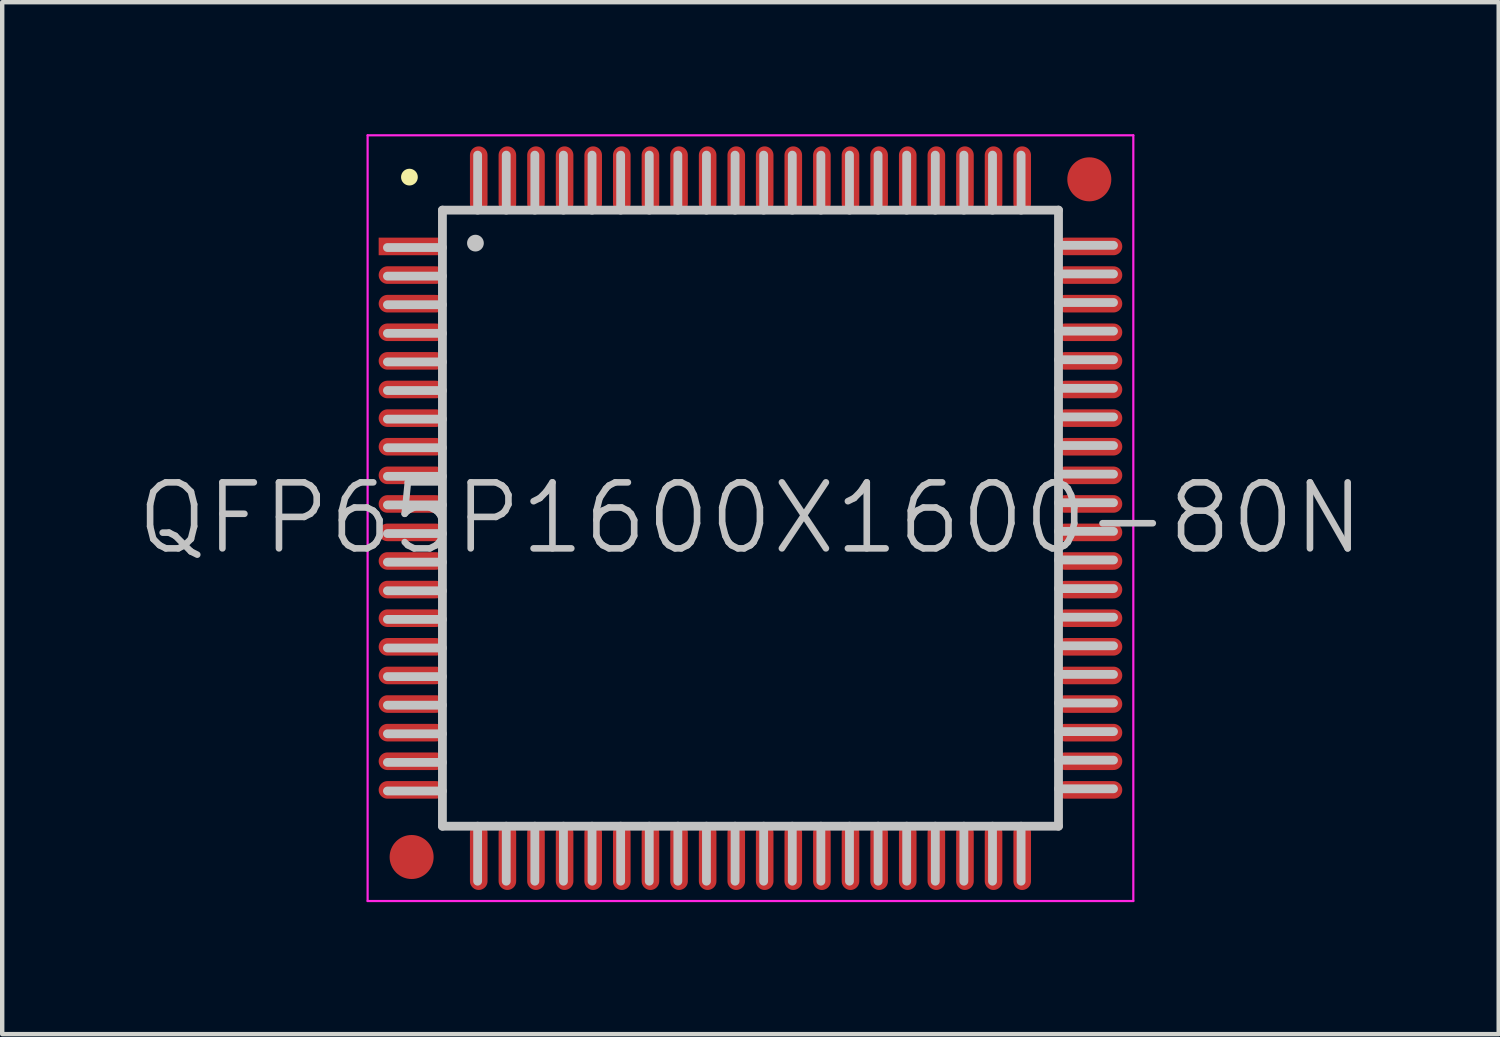
<source format=kicad_pcb>
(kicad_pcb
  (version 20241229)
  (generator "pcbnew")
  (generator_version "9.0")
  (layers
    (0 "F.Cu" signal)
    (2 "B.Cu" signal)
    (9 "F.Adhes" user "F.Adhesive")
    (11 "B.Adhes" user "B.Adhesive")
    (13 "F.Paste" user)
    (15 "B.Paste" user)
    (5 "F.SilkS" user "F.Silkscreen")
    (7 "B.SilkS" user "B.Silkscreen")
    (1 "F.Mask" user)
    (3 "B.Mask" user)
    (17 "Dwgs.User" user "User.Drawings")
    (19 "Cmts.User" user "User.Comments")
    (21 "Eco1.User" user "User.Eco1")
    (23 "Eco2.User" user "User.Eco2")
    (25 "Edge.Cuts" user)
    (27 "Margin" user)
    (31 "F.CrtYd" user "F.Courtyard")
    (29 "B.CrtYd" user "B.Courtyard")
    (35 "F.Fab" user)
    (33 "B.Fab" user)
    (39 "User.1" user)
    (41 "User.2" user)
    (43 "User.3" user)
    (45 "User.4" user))
  (footprint "QFP65P1600X1600-80N"
    (layer "F.Cu")
    (at 14.004 8.725)
    (property "Reference" "QFP65P1600X1600-80N" (at 0 0 0) (layer "Dwgs.User") (effects (font (size 1.5 1.5) (thickness 0.15))))
    (attr smd)
    (fp_line (start -7.75 -7.75) (end -7.75 -7.75) (stroke (width 0.381) (type solid)) (layer "F.SilkS"))
    (fp_line (start -7 -7) (end -7 7) (stroke (width 0.2) (type solid)) (layer "Dwgs.User"))
    (fp_line (start -7 -7) (end 7 -7) (stroke (width 0.2) (type solid)) (layer "Dwgs.User"))
    (fp_line (start -7 -6.15) (end -8.25 -6.15) (stroke (width 0.2) (type solid)) (layer "Dwgs.User"))
    (fp_line (start -7 -5.5) (end -8.25 -5.5) (stroke (width 0.2) (type solid)) (layer "Dwgs.User"))
    (fp_line (start -7 -4.85) (end -8.25 -4.85) (stroke (width 0.2) (type solid)) (layer "Dwgs.User"))
    (fp_line (start -7 -4.2) (end -8.25 -4.2) (stroke (width 0.2) (type solid)) (layer "Dwgs.User"))
    (fp_line (start -7 -3.55) (end -8.25 -3.55) (stroke (width 0.2) (type solid)) (layer "Dwgs.User"))
    (fp_line (start -7 -2.9) (end -8.25 -2.9) (stroke (width 0.2) (type solid)) (layer "Dwgs.User"))
    (fp_line (start -7 -2.25) (end -8.25 -2.25) (stroke (width 0.2) (type solid)) (layer "Dwgs.User"))
    (fp_line (start -7 -1.6) (end -8.25 -1.6) (stroke (width 0.2) (type solid)) (layer "Dwgs.User"))
    (fp_line (start -7 -0.95) (end -8.25 -0.95) (stroke (width 0.2) (type solid)) (layer "Dwgs.User"))
    (fp_line (start -7 -0.3) (end -8.25 -0.3) (stroke (width 0.2) (type solid)) (layer "Dwgs.User"))
    (fp_line (start -7 0.35) (end -8.25 0.35) (stroke (width 0.2) (type solid)) (layer "Dwgs.User"))
    (fp_line (start -7 1) (end -8.25 1) (stroke (width 0.2) (type solid)) (layer "Dwgs.User"))
    (fp_line (start -7 1.65) (end -8.25 1.65) (stroke (width 0.2) (type solid)) (layer "Dwgs.User"))
    (fp_line (start -7 2.3) (end -8.25 2.3) (stroke (width 0.2) (type solid)) (layer "Dwgs.User"))
    (fp_line (start -7 2.95) (end -8.25 2.95) (stroke (width 0.2) (type solid)) (layer "Dwgs.User"))
    (fp_line (start -7 3.6) (end -8.25 3.6) (stroke (width 0.2) (type solid)) (layer "Dwgs.User"))
    (fp_line (start -7 4.25) (end -8.25 4.25) (stroke (width 0.2) (type solid)) (layer "Dwgs.User"))
    (fp_line (start -7 4.9) (end -8.25 4.9) (stroke (width 0.2) (type solid)) (layer "Dwgs.User"))
    (fp_line (start -7 5.55) (end -8.25 5.55) (stroke (width 0.2) (type solid)) (layer "Dwgs.User"))
    (fp_line (start -7 6.2) (end -8.25 6.2) (stroke (width 0.2) (type solid)) (layer "Dwgs.User"))
    (fp_line (start -7 7) (end 7 7) (stroke (width 0.2) (type solid)) (layer "Dwgs.User"))
    (fp_line (start -6.25 -6.25) (end -6.25 -6.25) (stroke (width 0.381) (type solid)) (layer "Dwgs.User"))
    (fp_line (start -6.2 -8.25) (end -6.2 -7) (stroke (width 0.2) (type solid)) (layer "Dwgs.User"))
    (fp_line (start -6.2 7) (end -6.2 8.25) (stroke (width 0.2) (type solid)) (layer "Dwgs.User"))
    (fp_line (start -5.55 -8.25) (end -5.55 -7) (stroke (width 0.2) (type solid)) (layer "Dwgs.User"))
    (fp_line (start -5.55 7) (end -5.55 8.25) (stroke (width 0.2) (type solid)) (layer "Dwgs.User"))
    (fp_line (start -4.9 -8.25) (end -4.9 -7) (stroke (width 0.2) (type solid)) (layer "Dwgs.User"))
    (fp_line (start -4.9 7) (end -4.9 8.25) (stroke (width 0.2) (type solid)) (layer "Dwgs.User"))
    (fp_line (start -4.25 -8.25) (end -4.25 -7) (stroke (width 0.2) (type solid)) (layer "Dwgs.User"))
    (fp_line (start -4.25 7) (end -4.25 8.25) (stroke (width 0.2) (type solid)) (layer "Dwgs.User"))
    (fp_line (start -3.6 -8.25) (end -3.6 -7) (stroke (width 0.2) (type solid)) (layer "Dwgs.User"))
    (fp_line (start -3.6 7) (end -3.6 8.25) (stroke (width 0.2) (type solid)) (layer "Dwgs.User"))
    (fp_line (start -2.95 -8.25) (end -2.95 -7) (stroke (width 0.2) (type solid)) (layer "Dwgs.User"))
    (fp_line (start -2.95 7) (end -2.95 8.25) (stroke (width 0.2) (type solid)) (layer "Dwgs.User"))
    (fp_line (start -2.3 -8.25) (end -2.3 -7) (stroke (width 0.2) (type solid)) (layer "Dwgs.User"))
    (fp_line (start -2.3 7) (end -2.3 8.25) (stroke (width 0.2) (type solid)) (layer "Dwgs.User"))
    (fp_line (start -1.65 -8.25) (end -1.65 -7) (stroke (width 0.2) (type solid)) (layer "Dwgs.User"))
    (fp_line (start -1.65 7) (end -1.65 8.25) (stroke (width 0.2) (type solid)) (layer "Dwgs.User"))
    (fp_line (start -1 -8.25) (end -1 -7) (stroke (width 0.2) (type solid)) (layer "Dwgs.User"))
    (fp_line (start -1 7) (end -1 8.25) (stroke (width 0.2) (type solid)) (layer "Dwgs.User"))
    (fp_line (start -0.35 -8.25) (end -0.35 -7) (stroke (width 0.2) (type solid)) (layer "Dwgs.User"))
    (fp_line (start -0.35 7) (end -0.35 8.25) (stroke (width 0.2) (type solid)) (layer "Dwgs.User"))
    (fp_line (start 0.3 -8.25) (end 0.3 -7) (stroke (width 0.2) (type solid)) (layer "Dwgs.User"))
    (fp_line (start 0.3 7) (end 0.3 8.25) (stroke (width 0.2) (type solid)) (layer "Dwgs.User"))
    (fp_line (start 0.95 -8.25) (end 0.95 -7) (stroke (width 0.2) (type solid)) (layer "Dwgs.User"))
    (fp_line (start 0.95 7) (end 0.95 8.25) (stroke (width 0.2) (type solid)) (layer "Dwgs.User"))
    (fp_line (start 1.6 -8.25) (end 1.6 -7) (stroke (width 0.2) (type solid)) (layer "Dwgs.User"))
    (fp_line (start 1.6 7) (end 1.6 8.25) (stroke (width 0.2) (type solid)) (layer "Dwgs.User"))
    (fp_line (start 2.25 -8.25) (end 2.25 -7) (stroke (width 0.2) (type solid)) (layer "Dwgs.User"))
    (fp_line (start 2.25 7) (end 2.25 8.25) (stroke (width 0.2) (type solid)) (layer "Dwgs.User"))
    (fp_line (start 2.9 -8.25) (end 2.9 -7) (stroke (width 0.2) (type solid)) (layer "Dwgs.User"))
    (fp_line (start 2.9 7) (end 2.9 8.25) (stroke (width 0.2) (type solid)) (layer "Dwgs.User"))
    (fp_line (start 3.55 -8.25) (end 3.55 -7) (stroke (width 0.2) (type solid)) (layer "Dwgs.User"))
    (fp_line (start 3.55 7) (end 3.55 8.25) (stroke (width 0.2) (type solid)) (layer "Dwgs.User"))
    (fp_line (start 4.2 -8.25) (end 4.2 -7) (stroke (width 0.2) (type solid)) (layer "Dwgs.User"))
    (fp_line (start 4.2 7) (end 4.2 8.25) (stroke (width 0.2) (type solid)) (layer "Dwgs.User"))
    (fp_line (start 4.85 -8.25) (end 4.85 -7) (stroke (width 0.2) (type solid)) (layer "Dwgs.User"))
    (fp_line (start 4.85 7) (end 4.85 8.25) (stroke (width 0.2) (type solid)) (layer "Dwgs.User"))
    (fp_line (start 5.5 -8.25) (end 5.5 -7) (stroke (width 0.2) (type solid)) (layer "Dwgs.User"))
    (fp_line (start 5.5 7) (end 5.5 8.25) (stroke (width 0.2) (type solid)) (layer "Dwgs.User"))
    (fp_line (start 6.15 -8.25) (end 6.15 -7) (stroke (width 0.2) (type solid)) (layer "Dwgs.User"))
    (fp_line (start 6.15 7) (end 6.15 8.25) (stroke (width 0.2) (type solid)) (layer "Dwgs.User"))
    (fp_line (start 7 -7) (end 7 7) (stroke (width 0.2) (type solid)) (layer "Dwgs.User"))
    (fp_line (start 8.25 -6.2) (end 7 -6.2) (stroke (width 0.2) (type solid)) (layer "Dwgs.User"))
    (fp_line (start 8.25 -5.55) (end 7 -5.55) (stroke (width 0.2) (type solid)) (layer "Dwgs.User"))
    (fp_line (start 8.25 -4.9) (end 7 -4.9) (stroke (width 0.2) (type solid)) (layer "Dwgs.User"))
    (fp_line (start 8.25 -4.25) (end 7 -4.25) (stroke (width 0.2) (type solid)) (layer "Dwgs.User"))
    (fp_line (start 8.25 -3.6) (end 7 -3.6) (stroke (width 0.2) (type solid)) (layer "Dwgs.User"))
    (fp_line (start 8.25 -2.95) (end 7 -2.95) (stroke (width 0.2) (type solid)) (layer "Dwgs.User"))
    (fp_line (start 8.25 -2.3) (end 7 -2.3) (stroke (width 0.2) (type solid)) (layer "Dwgs.User"))
    (fp_line (start 8.25 -1.65) (end 7 -1.65) (stroke (width 0.2) (type solid)) (layer "Dwgs.User"))
    (fp_line (start 8.25 -1) (end 7 -1) (stroke (width 0.2) (type solid)) (layer "Dwgs.User"))
    (fp_line (start 8.25 -0.35) (end 7 -0.35) (stroke (width 0.2) (type solid)) (layer "Dwgs.User"))
    (fp_line (start 8.25 0.3) (end 7 0.3) (stroke (width 0.2) (type solid)) (layer "Dwgs.User"))
    (fp_line (start 8.25 0.95) (end 7 0.95) (stroke (width 0.2) (type solid)) (layer "Dwgs.User"))
    (fp_line (start 8.25 1.6) (end 7 1.6) (stroke (width 0.2) (type solid)) (layer "Dwgs.User"))
    (fp_line (start 8.25 2.25) (end 7 2.25) (stroke (width 0.2) (type solid)) (layer "Dwgs.User"))
    (fp_line (start 8.25 2.9) (end 7 2.9) (stroke (width 0.2) (type solid)) (layer "Dwgs.User"))
    (fp_line (start 8.25 3.55) (end 7 3.55) (stroke (width 0.2) (type solid)) (layer "Dwgs.User"))
    (fp_line (start 8.25 4.2) (end 7 4.2) (stroke (width 0.2) (type solid)) (layer "Dwgs.User"))
    (fp_line (start 8.25 4.85) (end 7 4.85) (stroke (width 0.2) (type solid)) (layer "Dwgs.User"))
    (fp_line (start 8.25 5.5) (end 7 5.5) (stroke (width 0.2) (type solid)) (layer "Dwgs.User"))
    (fp_line (start 8.25 6.15) (end 7 6.15) (stroke (width 0.2) (type solid)) (layer "Dwgs.User"))
    (fp_line (start -8.7 -8.7) (end -8.7 8.7) (stroke (width 0.05) (type solid)) (layer "F.CrtYd"))
    (fp_line (start -8.7 -8.7) (end 8.7 -8.7) (stroke (width 0.05) (type solid)) (layer "F.CrtYd"))
    (fp_line (start -8.7 8.7) (end 8.7 8.7) (stroke (width 0.05) (type solid)) (layer "F.CrtYd"))
    (fp_line (start 8.7 -8.7) (end 8.7 8.7) (stroke (width 0.05) (type solid)) (layer "F.CrtYd"))
    (pad "" smd circle (at -7.7 7.7) (size 1 1) (layers "F.Cu" "F.Mask"))
    (pad "" smd circle (at 7.7 -7.7) (size 1 1) (layers "F.Cu" "F.Mask"))
    (pad "1" smd rect (at -7.699 -6.175 90) (size 0.4 1.5) (layers "F.Cu" "F.Mask" "F.Paste"))
    (pad "2" smd oval (at -7.699 -5.524 90) (size 0.4 1.5) (layers "F.Cu" "F.Mask" "F.Paste"))
    (pad "3" smd oval (at -7.699 -4.874 90) (size 0.4 1.5) (layers "F.Cu" "F.Mask" "F.Paste"))
    (pad "4" smd oval (at -7.699 -4.224 90) (size 0.4 1.5) (layers "F.Cu" "F.Mask" "F.Paste"))
    (pad "5" smd oval (at -7.699 -3.574 90) (size 0.4 1.5) (layers "F.Cu" "F.Mask" "F.Paste"))
    (pad "6" smd oval (at -7.699 -2.924 90) (size 0.4 1.5) (layers "F.Cu" "F.Mask" "F.Paste"))
    (pad "7" smd oval (at -7.699 -2.273 90) (size 0.4 1.5) (layers "F.Cu" "F.Mask" "F.Paste"))
    (pad "8" smd oval (at -7.699 -1.623 90) (size 0.4 1.5) (layers "F.Cu" "F.Mask" "F.Paste"))
    (pad "9" smd oval (at -7.699 -0.973 90) (size 0.4 1.5) (layers "F.Cu" "F.Mask" "F.Paste"))
    (pad "10" smd oval (at -7.699 -0.323 90) (size 0.4 1.5) (layers "F.Cu" "F.Mask" "F.Paste"))
    (pad "11" smd oval (at -7.699 0.323 90) (size 0.4 1.5) (layers "F.Cu" "F.Mask" "F.Paste"))
    (pad "12" smd oval (at -7.699 0.973 90) (size 0.4 1.5) (layers "F.Cu" "F.Mask" "F.Paste"))
    (pad "13" smd oval (at -7.699 1.623 90) (size 0.4 1.5) (layers "F.Cu" "F.Mask" "F.Paste"))
    (pad "14" smd oval (at -7.699 2.273 90) (size 0.4 1.5) (layers "F.Cu" "F.Mask" "F.Paste"))
    (pad "15" smd oval (at -7.699 2.924 90) (size 0.4 1.5) (layers "F.Cu" "F.Mask" "F.Paste"))
    (pad "16" smd oval (at -7.699 3.574 90) (size 0.4 1.5) (layers "F.Cu" "F.Mask" "F.Paste"))
    (pad "17" smd oval (at -7.699 4.224 90) (size 0.4 1.5) (layers "F.Cu" "F.Mask" "F.Paste"))
    (pad "18" smd oval (at -7.699 4.874 90) (size 0.4 1.5) (layers "F.Cu" "F.Mask" "F.Paste"))
    (pad "19" smd oval (at -7.699 5.524 90) (size 0.4 1.5) (layers "F.Cu" "F.Mask" "F.Paste"))
    (pad "20" smd oval (at -7.699 6.175 90) (size 0.4 1.5) (layers "F.Cu" "F.Mask" "F.Paste"))
    (pad "21" smd oval (at -6.175 7.699 180) (size 0.4 1.5) (layers "F.Cu" "F.Mask" "F.Paste"))
    (pad "22" smd oval (at -5.524 7.699 180) (size 0.4 1.5) (layers "F.Cu" "F.Mask" "F.Paste"))
    (pad "23" smd oval (at -4.874 7.699 180) (size 0.4 1.5) (layers "F.Cu" "F.Mask" "F.Paste"))
    (pad "24" smd oval (at -4.224 7.699 180) (size 0.4 1.5) (layers "F.Cu" "F.Mask" "F.Paste"))
    (pad "25" smd oval (at -3.574 7.699 180) (size 0.4 1.5) (layers "F.Cu" "F.Mask" "F.Paste"))
    (pad "26" smd oval (at -2.924 7.699 180) (size 0.4 1.5) (layers "F.Cu" "F.Mask" "F.Paste"))
    (pad "27" smd oval (at -2.273 7.699 180) (size 0.4 1.5) (layers "F.Cu" "F.Mask" "F.Paste"))
    (pad "28" smd oval (at -1.623 7.699 180) (size 0.4 1.5) (layers "F.Cu" "F.Mask" "F.Paste"))
    (pad "29" smd oval (at -0.973 7.699 180) (size 0.4 1.5) (layers "F.Cu" "F.Mask" "F.Paste"))
    (pad "30" smd oval (at -0.323 7.699 180) (size 0.4 1.5) (layers "F.Cu" "F.Mask" "F.Paste"))
    (pad "31" smd oval (at 0.323 7.699 180) (size 0.4 1.5) (layers "F.Cu" "F.Mask" "F.Paste"))
    (pad "32" smd oval (at 0.973 7.699 180) (size 0.4 1.5) (layers "F.Cu" "F.Mask" "F.Paste"))
    (pad "33" smd oval (at 1.623 7.699 180) (size 0.4 1.5) (layers "F.Cu" "F.Mask" "F.Paste"))
    (pad "34" smd oval (at 2.273 7.699 180) (size 0.4 1.5) (layers "F.Cu" "F.Mask" "F.Paste"))
    (pad "35" smd oval (at 2.924 7.699 180) (size 0.4 1.5) (layers "F.Cu" "F.Mask" "F.Paste"))
    (pad "36" smd oval (at 3.574 7.699 180) (size 0.4 1.5) (layers "F.Cu" "F.Mask" "F.Paste"))
    (pad "37" smd oval (at 4.224 7.699 180) (size 0.4 1.5) (layers "F.Cu" "F.Mask" "F.Paste"))
    (pad "38" smd oval (at 4.874 7.699 180) (size 0.4 1.5) (layers "F.Cu" "F.Mask" "F.Paste"))
    (pad "39" smd oval (at 5.524 7.699 180) (size 0.4 1.5) (layers "F.Cu" "F.Mask" "F.Paste"))
    (pad "40" smd oval (at 6.175 7.699 180) (size 0.4 1.5) (layers "F.Cu" "F.Mask" "F.Paste"))
    (pad "41" smd oval (at 7.699 6.175 270) (size 0.4 1.5) (layers "F.Cu" "F.Mask" "F.Paste"))
    (pad "42" smd oval (at 7.699 5.524 270) (size 0.4 1.5) (layers "F.Cu" "F.Mask" "F.Paste"))
    (pad "43" smd oval (at 7.699 4.874 270) (size 0.4 1.5) (layers "F.Cu" "F.Mask" "F.Paste"))
    (pad "44" smd oval (at 7.699 4.224 270) (size 0.4 1.5) (layers "F.Cu" "F.Mask" "F.Paste"))
    (pad "45" smd oval (at 7.699 3.574 270) (size 0.4 1.5) (layers "F.Cu" "F.Mask" "F.Paste"))
    (pad "46" smd oval (at 7.699 2.924 270) (size 0.4 1.5) (layers "F.Cu" "F.Mask" "F.Paste"))
    (pad "47" smd oval (at 7.699 2.273 270) (size 0.4 1.5) (layers "F.Cu" "F.Mask" "F.Paste"))
    (pad "48" smd oval (at 7.699 1.623 270) (size 0.4 1.5) (layers "F.Cu" "F.Mask" "F.Paste"))
    (pad "49" smd oval (at 7.699 0.973 270) (size 0.4 1.5) (layers "F.Cu" "F.Mask" "F.Paste"))
    (pad "50" smd oval (at 7.699 0.323 270) (size 0.4 1.5) (layers "F.Cu" "F.Mask" "F.Paste"))
    (pad "51" smd oval (at 7.699 -0.323 270) (size 0.4 1.5) (layers "F.Cu" "F.Mask" "F.Paste"))
    (pad "52" smd oval (at 7.699 -0.973 270) (size 0.4 1.5) (layers "F.Cu" "F.Mask" "F.Paste"))
    (pad "53" smd oval (at 7.699 -1.623 270) (size 0.4 1.5) (layers "F.Cu" "F.Mask" "F.Paste"))
    (pad "54" smd oval (at 7.699 -2.273 270) (size 0.4 1.5) (layers "F.Cu" "F.Mask" "F.Paste"))
    (pad "55" smd oval (at 7.699 -2.924 270) (size 0.4 1.5) (layers "F.Cu" "F.Mask" "F.Paste"))
    (pad "56" smd oval (at 7.699 -3.574 270) (size 0.4 1.5) (layers "F.Cu" "F.Mask" "F.Paste"))
    (pad "57" smd oval (at 7.699 -4.224 270) (size 0.4 1.5) (layers "F.Cu" "F.Mask" "F.Paste"))
    (pad "58" smd oval (at 7.699 -4.874 270) (size 0.4 1.5) (layers "F.Cu" "F.Mask" "F.Paste"))
    (pad "59" smd oval (at 7.699 -5.524 270) (size 0.4 1.5) (layers "F.Cu" "F.Mask" "F.Paste"))
    (pad "60" smd oval (at 7.699 -6.175 270) (size 0.4 1.5) (layers "F.Cu" "F.Mask" "F.Paste"))
    (pad "61" smd oval (at 6.175 -7.699) (size 0.4 1.5) (layers "F.Cu" "F.Mask" "F.Paste"))
    (pad "62" smd oval (at 5.524 -7.699) (size 0.4 1.5) (layers "F.Cu" "F.Mask" "F.Paste"))
    (pad "63" smd oval (at 4.874 -7.699) (size 0.4 1.5) (layers "F.Cu" "F.Mask" "F.Paste"))
    (pad "64" smd oval (at 4.224 -7.699) (size 0.4 1.5) (layers "F.Cu" "F.Mask" "F.Paste"))
    (pad "65" smd oval (at 3.574 -7.699) (size 0.4 1.5) (layers "F.Cu" "F.Mask" "F.Paste"))
    (pad "66" smd oval (at 2.924 -7.699) (size 0.4 1.5) (layers "F.Cu" "F.Mask" "F.Paste"))
    (pad "67" smd oval (at 2.273 -7.699) (size 0.4 1.5) (layers "F.Cu" "F.Mask" "F.Paste"))
    (pad "68" smd oval (at 1.623 -7.699) (size 0.4 1.5) (layers "F.Cu" "F.Mask" "F.Paste"))
    (pad "69" smd oval (at 0.973 -7.699) (size 0.4 1.5) (layers "F.Cu" "F.Mask" "F.Paste"))
    (pad "70" smd oval (at 0.323 -7.699) (size 0.4 1.5) (layers "F.Cu" "F.Mask" "F.Paste"))
    (pad "71" smd oval (at -0.323 -7.699) (size 0.4 1.5) (layers "F.Cu" "F.Mask" "F.Paste"))
    (pad "72" smd oval (at -0.973 -7.699) (size 0.4 1.5) (layers "F.Cu" "F.Mask" "F.Paste"))
    (pad "73" smd oval (at -1.623 -7.699) (size 0.4 1.5) (layers "F.Cu" "F.Mask" "F.Paste"))
    (pad "74" smd oval (at -2.273 -7.699) (size 0.4 1.5) (layers "F.Cu" "F.Mask" "F.Paste"))
    (pad "75" smd oval (at -2.924 -7.699) (size 0.4 1.5) (layers "F.Cu" "F.Mask" "F.Paste"))
    (pad "76" smd oval (at -3.574 -7.699) (size 0.4 1.5) (layers "F.Cu" "F.Mask" "F.Paste"))
    (pad "77" smd oval (at -4.224 -7.699) (size 0.4 1.5) (layers "F.Cu" "F.Mask" "F.Paste"))
    (pad "78" smd oval (at -4.874 -7.699) (size 0.4 1.5) (layers "F.Cu" "F.Mask" "F.Paste"))
    (pad "79" smd oval (at -5.524 -7.699) (size 0.4 1.5) (layers "F.Cu" "F.Mask" "F.Paste"))
    (pad "80" smd oval (at -6.175 -7.699) (size 0.4 1.5) (layers "F.Cu" "F.Mask" "F.Paste")))
  (gr_rect
    (start -3 -3)
    (end 31.007 20.45)
    (stroke (width 0.1) (type default))
    (fill no)
    (layer "Edge.Cuts")))
</source>
